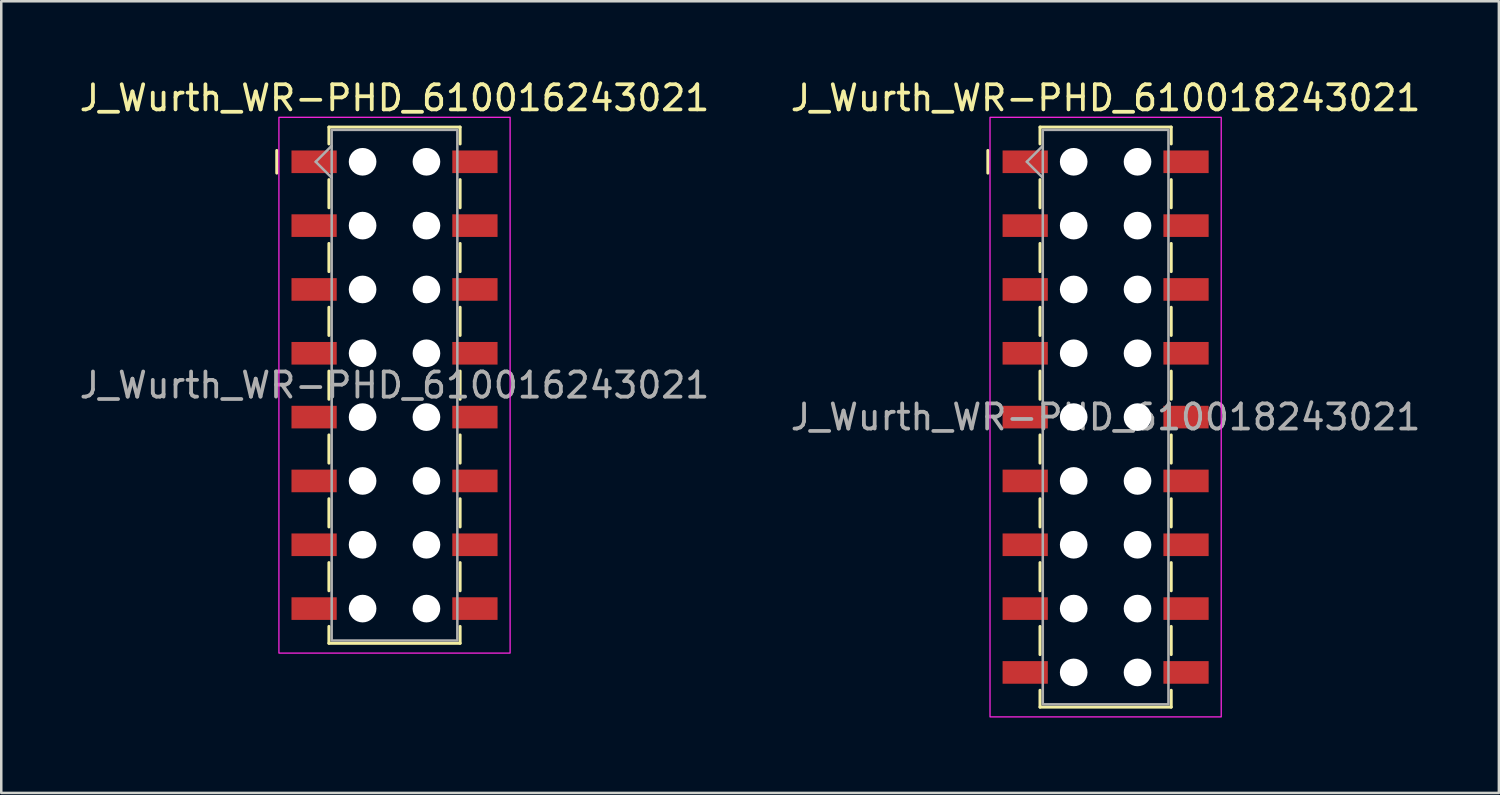
<source format=kicad_pcb>
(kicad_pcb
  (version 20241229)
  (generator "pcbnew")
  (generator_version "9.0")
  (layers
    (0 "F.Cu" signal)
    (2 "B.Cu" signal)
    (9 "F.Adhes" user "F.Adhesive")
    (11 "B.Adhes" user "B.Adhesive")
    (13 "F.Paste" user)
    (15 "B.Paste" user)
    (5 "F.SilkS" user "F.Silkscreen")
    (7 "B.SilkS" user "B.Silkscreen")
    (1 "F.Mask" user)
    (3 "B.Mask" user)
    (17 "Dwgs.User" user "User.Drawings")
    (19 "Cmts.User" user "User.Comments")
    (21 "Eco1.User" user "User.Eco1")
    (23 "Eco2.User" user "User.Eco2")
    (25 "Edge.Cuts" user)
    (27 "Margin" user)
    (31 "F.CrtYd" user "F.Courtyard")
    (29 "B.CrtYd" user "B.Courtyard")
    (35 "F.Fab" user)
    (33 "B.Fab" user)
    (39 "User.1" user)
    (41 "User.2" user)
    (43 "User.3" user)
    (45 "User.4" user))
  (footprint "J_Wurth_WR-PHD_610018243021"
    (layer "F.Cu")
    (at 40.946 13.548)
    (property "Reference" "J_Wurth_WR-PHD_610018243021" (at 0 -12.7 0) (unlocked yes) (layer "F.SilkS") (effects (font (size 1 1) (thickness 0.15))))
    (attr smd)
    (fp_line (start -4.685 -10.61) (end -4.685 -9.71) (stroke (width 0.12) (type solid)) (layer "F.SilkS"))
    (fp_line (start -2.61 -11.54) (end -2.61 -10.87) (stroke (width 0.12) (type solid)) (layer "F.SilkS"))
    (fp_line (start -2.61 -9.45) (end -2.61 -8.33) (stroke (width 0.12) (type solid)) (layer "F.SilkS"))
    (fp_line (start -2.61 -6.91) (end -2.61 -5.79) (stroke (width 0.12) (type solid)) (layer "F.SilkS"))
    (fp_line (start -2.61 -4.37) (end -2.61 -3.25) (stroke (width 0.12) (type solid)) (layer "F.SilkS"))
    (fp_line (start -2.61 -1.83) (end -2.61 -0.71) (stroke (width 0.12) (type solid)) (layer "F.SilkS"))
    (fp_line (start -2.61 0.71) (end -2.61 1.83) (stroke (width 0.12) (type solid)) (layer "F.SilkS"))
    (fp_line (start -2.61 3.25) (end -2.61 4.37) (stroke (width 0.12) (type solid)) (layer "F.SilkS"))
    (fp_line (start -2.61 5.79) (end -2.61 6.91) (stroke (width 0.12) (type solid)) (layer "F.SilkS"))
    (fp_line (start -2.61 8.33) (end -2.61 9.45) (stroke (width 0.12) (type solid)) (layer "F.SilkS"))
    (fp_line (start -2.61 10.87) (end -2.61 11.54) (stroke (width 0.12) (type solid)) (layer "F.SilkS"))
    (fp_line (start 2.61 -11.54) (end -2.61 -11.54) (stroke (width 0.12) (type solid)) (layer "F.SilkS"))
    (fp_line (start 2.61 -11.54) (end 2.61 -10.87) (stroke (width 0.12) (type solid)) (layer "F.SilkS"))
    (fp_line (start 2.61 -9.45) (end 2.61 -8.33) (stroke (width 0.12) (type solid)) (layer "F.SilkS"))
    (fp_line (start 2.61 -6.91) (end 2.61 -5.79) (stroke (width 0.12) (type solid)) (layer "F.SilkS"))
    (fp_line (start 2.61 -4.37) (end 2.61 -3.25) (stroke (width 0.12) (type solid)) (layer "F.SilkS"))
    (fp_line (start 2.61 -1.83) (end 2.61 -0.71) (stroke (width 0.12) (type solid)) (layer "F.SilkS"))
    (fp_line (start 2.61 0.71) (end 2.61 1.83) (stroke (width 0.12) (type solid)) (layer "F.SilkS"))
    (fp_line (start 2.61 3.25) (end 2.61 4.37) (stroke (width 0.12) (type solid)) (layer "F.SilkS"))
    (fp_line (start 2.61 5.79) (end 2.61 6.91) (stroke (width 0.12) (type solid)) (layer "F.SilkS"))
    (fp_line (start 2.61 8.33) (end 2.61 9.45) (stroke (width 0.12) (type solid)) (layer "F.SilkS"))
    (fp_line (start 2.61 10.87) (end 2.61 11.54) (stroke (width 0.12) (type solid)) (layer "F.SilkS"))
    (fp_line (start 2.61 11.54) (end -2.61 11.54) (stroke (width 0.12) (type solid)) (layer "F.SilkS"))
    (fp_rect (start -4.6 -11.93) (end 4.6 11.93) (stroke (width 0.05) (type solid)) (fill no) (layer "F.CrtYd"))
    (fp_line (start -3.135 -10.16) (end -2.5 -10.795) (stroke (width 0.1) (type default)) (layer "F.Fab"))
    (fp_line (start -2.5 -9.525) (end -3.135 -10.16) (stroke (width 0.1) (type default)) (layer "F.Fab"))
    (fp_rect (start -2.5 -11.43) (end 2.5 11.43) (stroke (width 0.1) (type solid)) (fill no) (layer "F.Fab"))
    (fp_text user "${REFERENCE}" (at 0 0 0) (unlocked yes) (layer "F.Fab") (effects (font (size 1 1) (thickness 0.15))))
    (pad "" np_thru_hole circle (at -1.27 -10.16 270) (size 1.1 1.1) (drill 1.1) (layers "*.Cu" "*.Mask"))
    (pad "" np_thru_hole circle (at -1.27 -7.62 270) (size 1.1 1.1) (drill 1.1) (layers "*.Cu" "*.Mask"))
    (pad "" np_thru_hole circle (at -1.27 -5.08 270) (size 1.1 1.1) (drill 1.1) (layers "*.Cu" "*.Mask"))
    (pad "" np_thru_hole circle (at -1.27 -2.54 270) (size 1.1 1.1) (drill 1.1) (layers "*.Cu" "*.Mask"))
    (pad "" np_thru_hole circle (at -1.27 0 270) (size 1.1 1.1) (drill 1.1) (layers "*.Cu" "*.Mask"))
    (pad "" np_thru_hole circle (at -1.27 2.54 270) (size 1.1 1.1) (drill 1.1) (layers "*.Cu" "*.Mask"))
    (pad "" np_thru_hole circle (at -1.27 5.08 270) (size 1.1 1.1) (drill 1.1) (layers "*.Cu" "*.Mask"))
    (pad "" np_thru_hole circle (at -1.27 7.62 270) (size 1.1 1.1) (drill 1.1) (layers "*.Cu" "*.Mask"))
    (pad "" np_thru_hole circle (at -1.27 10.16 270) (size 1.1 1.1) (drill 1.1) (layers "*.Cu" "*.Mask"))
    (pad "" np_thru_hole circle (at 1.27 -10.16 270) (size 1.1 1.1) (drill 1.1) (layers "*.Cu" "*.Mask"))
    (pad "" np_thru_hole circle (at 1.27 -7.62 270) (size 1.1 1.1) (drill 1.1) (layers "*.Cu" "*.Mask"))
    (pad "" np_thru_hole circle (at 1.27 -5.08 270) (size 1.1 1.1) (drill 1.1) (layers "*.Cu" "*.Mask"))
    (pad "" np_thru_hole circle (at 1.27 -2.54 270) (size 1.1 1.1) (drill 1.1) (layers "*.Cu" "*.Mask"))
    (pad "" np_thru_hole circle (at 1.27 0 270) (size 1.1 1.1) (drill 1.1) (layers "*.Cu" "*.Mask"))
    (pad "" np_thru_hole circle (at 1.27 2.54 270) (size 1.1 1.1) (drill 1.1) (layers "*.Cu" "*.Mask"))
    (pad "" np_thru_hole circle (at 1.27 5.08 270) (size 1.1 1.1) (drill 1.1) (layers "*.Cu" "*.Mask"))
    (pad "" np_thru_hole circle (at 1.27 7.62 270) (size 1.1 1.1) (drill 1.1) (layers "*.Cu" "*.Mask"))
    (pad "" np_thru_hole circle (at 1.27 10.16 270) (size 1.1 1.1) (drill 1.1) (layers "*.Cu" "*.Mask"))
    (pad "1" smd rect (at -3.2 -10.16 270) (size 0.9 1.8) (layers "F.Cu" "F.Mask" "F.Paste"))
    (pad "2" smd rect (at 3.2 -10.16 270) (size 0.9 1.8) (layers "F.Cu" "F.Mask" "F.Paste"))
    (pad "3" smd rect (at -3.2 -7.62 270) (size 0.9 1.8) (layers "F.Cu" "F.Mask" "F.Paste"))
    (pad "4" smd rect (at 3.2 -7.62 270) (size 0.9 1.8) (layers "F.Cu" "F.Mask" "F.Paste"))
    (pad "5" smd rect (at -3.2 -5.08 270) (size 0.9 1.8) (layers "F.Cu" "F.Mask" "F.Paste"))
    (pad "6" smd rect (at 3.2 -5.08 270) (size 0.9 1.8) (layers "F.Cu" "F.Mask" "F.Paste"))
    (pad "7" smd rect (at -3.2 -2.54 270) (size 0.9 1.8) (layers "F.Cu" "F.Mask" "F.Paste"))
    (pad "8" smd rect (at 3.2 -2.54 270) (size 0.9 1.8) (layers "F.Cu" "F.Mask" "F.Paste"))
    (pad "9" smd rect (at -3.2 0 270) (size 0.9 1.8) (layers "F.Cu" "F.Mask" "F.Paste"))
    (pad "10" smd rect (at 3.2 0 270) (size 0.9 1.8) (layers "F.Cu" "F.Mask" "F.Paste"))
    (pad "11" smd rect (at -3.2 2.54 270) (size 0.9 1.8) (layers "F.Cu" "F.Mask" "F.Paste"))
    (pad "12" smd rect (at 3.2 2.54 270) (size 0.9 1.8) (layers "F.Cu" "F.Mask" "F.Paste"))
    (pad "13" smd rect (at -3.2 5.08 270) (size 0.9 1.8) (layers "F.Cu" "F.Mask" "F.Paste"))
    (pad "14" smd rect (at 3.2 5.08 270) (size 0.9 1.8) (layers "F.Cu" "F.Mask" "F.Paste"))
    (pad "15" smd rect (at -3.2 7.62 270) (size 0.9 1.8) (layers "F.Cu" "F.Mask" "F.Paste"))
    (pad "16" smd rect (at 3.2 7.62 270) (size 0.9 1.8) (layers "F.Cu" "F.Mask" "F.Paste"))
    (pad "17" smd rect (at -3.2 10.16 270) (size 0.9 1.8) (layers "F.Cu" "F.Mask" "F.Paste"))
    (pad "18" smd rect (at 3.2 10.16 270) (size 0.9 1.8) (layers "F.Cu" "F.Mask" "F.Paste")))
  (footprint "J_Wurth_WR-PHD_610016243021"
    (layer "F.Cu")
    (at 12.649 12.278)
    (property "Reference" "J_Wurth_WR-PHD_610016243021" (at 0 -11.43 0) (unlocked yes) (layer "F.SilkS") (effects (font (size 1 1) (thickness 0.15))))
    (attr smd)
    (fp_line (start -4.685 -9.34) (end -4.685 -8.44) (stroke (width 0.12) (type solid)) (layer "F.SilkS"))
    (fp_line (start -2.61 -10.27) (end -2.61 -9.6) (stroke (width 0.12) (type solid)) (layer "F.SilkS"))
    (fp_line (start -2.61 -8.18) (end -2.61 -7.06) (stroke (width 0.12) (type solid)) (layer "F.SilkS"))
    (fp_line (start -2.61 -5.64) (end -2.61 -4.52) (stroke (width 0.12) (type solid)) (layer "F.SilkS"))
    (fp_line (start -2.61 -3.1) (end -2.61 -1.98) (stroke (width 0.12) (type solid)) (layer "F.SilkS"))
    (fp_line (start -2.61 -0.56) (end -2.61 0.56) (stroke (width 0.12) (type solid)) (layer "F.SilkS"))
    (fp_line (start -2.61 1.98) (end -2.61 3.1) (stroke (width 0.12) (type solid)) (layer "F.SilkS"))
    (fp_line (start -2.61 4.52) (end -2.61 5.64) (stroke (width 0.12) (type solid)) (layer "F.SilkS"))
    (fp_line (start -2.61 7.06) (end -2.61 8.18) (stroke (width 0.12) (type solid)) (layer "F.SilkS"))
    (fp_line (start -2.61 9.6) (end -2.61 10.27) (stroke (width 0.12) (type solid)) (layer "F.SilkS"))
    (fp_line (start 2.61 -10.27) (end -2.61 -10.27) (stroke (width 0.12) (type solid)) (layer "F.SilkS"))
    (fp_line (start 2.61 -10.27) (end 2.61 -9.6) (stroke (width 0.12) (type solid)) (layer "F.SilkS"))
    (fp_line (start 2.61 -8.18) (end 2.61 -7.06) (stroke (width 0.12) (type solid)) (layer "F.SilkS"))
    (fp_line (start 2.61 -5.64) (end 2.61 -4.52) (stroke (width 0.12) (type solid)) (layer "F.SilkS"))
    (fp_line (start 2.61 -3.1) (end 2.61 -1.98) (stroke (width 0.12) (type solid)) (layer "F.SilkS"))
    (fp_line (start 2.61 -0.56) (end 2.61 0.56) (stroke (width 0.12) (type solid)) (layer "F.SilkS"))
    (fp_line (start 2.61 1.98) (end 2.61 3.1) (stroke (width 0.12) (type solid)) (layer "F.SilkS"))
    (fp_line (start 2.61 4.52) (end 2.61 5.64) (stroke (width 0.12) (type solid)) (layer "F.SilkS"))
    (fp_line (start 2.61 7.06) (end 2.61 8.18) (stroke (width 0.12) (type solid)) (layer "F.SilkS"))
    (fp_line (start 2.61 9.6) (end 2.61 10.27) (stroke (width 0.12) (type solid)) (layer "F.SilkS"))
    (fp_line (start 2.61 10.27) (end -2.61 10.27) (stroke (width 0.12) (type solid)) (layer "F.SilkS"))
    (fp_rect (start -4.6 -10.66) (end 4.6 10.66) (stroke (width 0.05) (type solid)) (fill no) (layer "F.CrtYd"))
    (fp_line (start -3.135 -8.89) (end -2.5 -9.525) (stroke (width 0.1) (type default)) (layer "F.Fab"))
    (fp_line (start -2.5 -8.255) (end -3.135 -8.89) (stroke (width 0.1) (type default)) (layer "F.Fab"))
    (fp_rect (start -2.5 -10.16) (end 2.5 10.16) (stroke (width 0.1) (type solid)) (fill no) (layer "F.Fab"))
    (fp_text user "${REFERENCE}" (at 0 0 0) (unlocked yes) (layer "F.Fab") (effects (font (size 1 1) (thickness 0.15))))
    (pad "" np_thru_hole circle (at -1.27 -8.89 270) (size 1.1 1.1) (drill 1.1) (layers "*.Cu" "*.Mask"))
    (pad "" np_thru_hole circle (at -1.27 -6.35 270) (size 1.1 1.1) (drill 1.1) (layers "*.Cu" "*.Mask"))
    (pad "" np_thru_hole circle (at -1.27 -3.81 270) (size 1.1 1.1) (drill 1.1) (layers "*.Cu" "*.Mask"))
    (pad "" np_thru_hole circle (at -1.27 -1.27 270) (size 1.1 1.1) (drill 1.1) (layers "*.Cu" "*.Mask"))
    (pad "" np_thru_hole circle (at -1.27 1.27 270) (size 1.1 1.1) (drill 1.1) (layers "*.Cu" "*.Mask"))
    (pad "" np_thru_hole circle (at -1.27 3.81 270) (size 1.1 1.1) (drill 1.1) (layers "*.Cu" "*.Mask"))
    (pad "" np_thru_hole circle (at -1.27 6.35 270) (size 1.1 1.1) (drill 1.1) (layers "*.Cu" "*.Mask"))
    (pad "" np_thru_hole circle (at -1.27 8.89 270) (size 1.1 1.1) (drill 1.1) (layers "*.Cu" "*.Mask"))
    (pad "" np_thru_hole circle (at 1.27 -8.89 270) (size 1.1 1.1) (drill 1.1) (layers "*.Cu" "*.Mask"))
    (pad "" np_thru_hole circle (at 1.27 -6.35 270) (size 1.1 1.1) (drill 1.1) (layers "*.Cu" "*.Mask"))
    (pad "" np_thru_hole circle (at 1.27 -3.81 270) (size 1.1 1.1) (drill 1.1) (layers "*.Cu" "*.Mask"))
    (pad "" np_thru_hole circle (at 1.27 -1.27 270) (size 1.1 1.1) (drill 1.1) (layers "*.Cu" "*.Mask"))
    (pad "" np_thru_hole circle (at 1.27 1.27 270) (size 1.1 1.1) (drill 1.1) (layers "*.Cu" "*.Mask"))
    (pad "" np_thru_hole circle (at 1.27 3.81 270) (size 1.1 1.1) (drill 1.1) (layers "*.Cu" "*.Mask"))
    (pad "" np_thru_hole circle (at 1.27 6.35 270) (size 1.1 1.1) (drill 1.1) (layers "*.Cu" "*.Mask"))
    (pad "" np_thru_hole circle (at 1.27 8.89 270) (size 1.1 1.1) (drill 1.1) (layers "*.Cu" "*.Mask"))
    (pad "1" smd rect (at -3.2 -8.89 270) (size 0.9 1.8) (layers "F.Cu" "F.Mask" "F.Paste"))
    (pad "2" smd rect (at 3.2 -8.89 270) (size 0.9 1.8) (layers "F.Cu" "F.Mask" "F.Paste"))
    (pad "3" smd rect (at -3.2 -6.35 270) (size 0.9 1.8) (layers "F.Cu" "F.Mask" "F.Paste"))
    (pad "4" smd rect (at 3.2 -6.35 270) (size 0.9 1.8) (layers "F.Cu" "F.Mask" "F.Paste"))
    (pad "5" smd rect (at -3.2 -3.81 270) (size 0.9 1.8) (layers "F.Cu" "F.Mask" "F.Paste"))
    (pad "6" smd rect (at 3.2 -3.81 270) (size 0.9 1.8) (layers "F.Cu" "F.Mask" "F.Paste"))
    (pad "7" smd rect (at -3.2 -1.27 270) (size 0.9 1.8) (layers "F.Cu" "F.Mask" "F.Paste"))
    (pad "8" smd rect (at 3.2 -1.27 270) (size 0.9 1.8) (layers "F.Cu" "F.Mask" "F.Paste"))
    (pad "9" smd rect (at -3.2 1.27 270) (size 0.9 1.8) (layers "F.Cu" "F.Mask" "F.Paste"))
    (pad "10" smd rect (at 3.2 1.27 270) (size 0.9 1.8) (layers "F.Cu" "F.Mask" "F.Paste"))
    (pad "11" smd rect (at -3.2 3.81 270) (size 0.9 1.8) (layers "F.Cu" "F.Mask" "F.Paste"))
    (pad "12" smd rect (at 3.2 3.81 270) (size 0.9 1.8) (layers "F.Cu" "F.Mask" "F.Paste"))
    (pad "13" smd rect (at -3.2 6.35 270) (size 0.9 1.8) (layers "F.Cu" "F.Mask" "F.Paste"))
    (pad "14" smd rect (at 3.2 6.35 270) (size 0.9 1.8) (layers "F.Cu" "F.Mask" "F.Paste"))
    (pad "15" smd rect (at -3.2 8.89 270) (size 0.9 1.8) (layers "F.Cu" "F.Mask" "F.Paste"))
    (pad "16" smd rect (at 3.2 8.89 270) (size 0.9 1.8) (layers "F.Cu" "F.Mask" "F.Paste")))
  (gr_rect
    (start -3 -3)
    (end 56.595 28.503)
    (stroke (width 0.1) (type default))
    (fill no)
    (layer "Edge.Cuts")))
</source>
